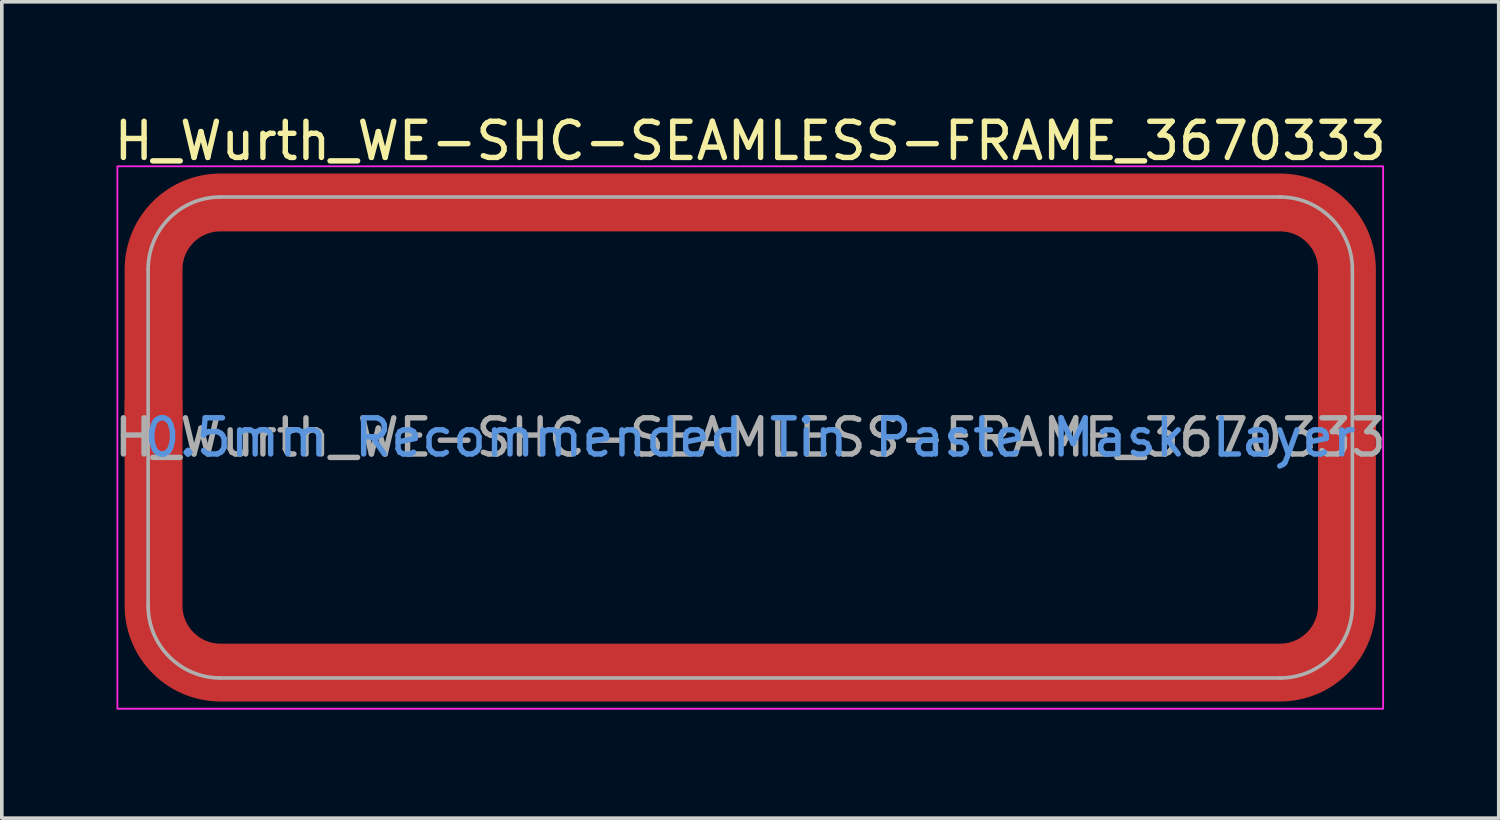
<source format=kicad_pcb>
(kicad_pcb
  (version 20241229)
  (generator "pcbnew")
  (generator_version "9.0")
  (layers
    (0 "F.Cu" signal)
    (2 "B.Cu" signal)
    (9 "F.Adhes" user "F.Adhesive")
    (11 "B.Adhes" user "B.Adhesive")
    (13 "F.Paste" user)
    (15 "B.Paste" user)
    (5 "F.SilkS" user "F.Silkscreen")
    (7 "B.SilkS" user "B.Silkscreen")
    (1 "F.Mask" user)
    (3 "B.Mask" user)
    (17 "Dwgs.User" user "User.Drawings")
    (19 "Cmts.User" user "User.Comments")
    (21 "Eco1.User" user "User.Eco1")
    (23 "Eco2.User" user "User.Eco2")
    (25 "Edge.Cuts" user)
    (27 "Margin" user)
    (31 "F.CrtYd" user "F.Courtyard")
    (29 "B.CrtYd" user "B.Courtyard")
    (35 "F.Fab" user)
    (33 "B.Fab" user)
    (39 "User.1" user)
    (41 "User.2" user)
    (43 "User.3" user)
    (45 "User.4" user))
  (footprint "H_Wurth_WE-SHC-SEAMLESS-FRAME_3670333"
    (layer "F.Cu")
    (at 17.696 9.048)
    (property "Reference" "H_Wurth_WE-SHC-SEAMLESS-FRAME_3670333" (at 0 -8.2 0) (unlocked yes) (layer "F.SilkS") (effects (font (size 1 1) (thickness 0.15))))
    (attr smd)
    (fp_poly (pts (xy -15.75 -0.25) (xy -17.25 -0.25) (xy -17.25 -4.65) (xy -17.246 -4.786) (xy -17.236 -4.922) (xy -17.218 -5.057) (xy -17.193 -5.191) (xy -17.161 -5.323) (xy -17.123 -5.453) (xy -17.077 -5.582) (xy -17.025 -5.708) (xy -16.967 -5.83) (xy -16.902 -5.95) (xy -16.831 -6.066) (xy -16.753 -6.178) (xy -16.671 -6.286) (xy -16.582 -6.39) (xy -16.488 -6.488) (xy -16.39 -6.582) (xy -16.286 -6.671) (xy -16.178 -6.753) (xy -16.066 -6.831) (xy -15.95 -6.902) (xy -15.83 -6.967) (xy -15.708 -7.025) (xy -15.582 -7.077) (xy -15.453 -7.123) (xy -15.323 -7.161) (xy -15.191 -7.193) (xy -15.057 -7.218) (xy -14.922 -7.236) (xy -14.786 -7.246) (xy -14.65 -7.25) (xy 14.65 -7.25) (xy 14.786 -7.246) (xy 14.922 -7.236) (xy 15.057 -7.218) (xy 15.191 -7.193) (xy 15.323 -7.161) (xy 15.453 -7.123) (xy 15.582 -7.077) (xy 15.708 -7.025) (xy 15.83 -6.967) (xy 15.95 -6.902) (xy 16.066 -6.831) (xy 16.178 -6.753) (xy 16.286 -6.671) (xy 16.39 -6.582) (xy 16.488 -6.488) (xy 16.582 -6.39) (xy 16.671 -6.286) (xy 16.753 -6.178) (xy 16.831 -6.066) (xy 16.902 -5.95) (xy 16.967 -5.83) (xy 17.025 -5.708) (xy 17.077 -5.582) (xy 17.123 -5.453) (xy 17.161 -5.323) (xy 17.193 -5.191) (xy 17.218 -5.057) (xy 17.236 -4.922) (xy 17.246 -4.786) (xy 17.25 -4.65) (xy 17.25 -0.25) (xy 15.75 -0.25) (xy 15.75 -4.65) (xy 15.748 -4.708) (xy 15.744 -4.765) (xy 15.736 -4.822) (xy 15.726 -4.879) (xy 15.713 -4.935) (xy 15.696 -4.99) (xy 15.677 -5.044) (xy 15.655 -5.097) (xy 15.63 -5.149) (xy 15.603 -5.2) (xy 15.573 -5.249) (xy 15.54 -5.297) (xy 15.505 -5.342) (xy 15.467 -5.386) (xy 15.428 -5.428) (xy 15.386 -5.467) (xy 15.342 -5.505) (xy 15.297 -5.54) (xy 15.249 -5.573) (xy 15.2 -5.603) (xy 15.149 -5.63) (xy 15.097 -5.655) (xy 15.044 -5.677) (xy 14.99 -5.696) (xy 14.935 -5.713) (xy 14.879 -5.726) (xy 14.822 -5.736) (xy 14.765 -5.744) (xy 14.708 -5.748) (xy 14.65 -5.75) (xy -14.65 -5.75) (xy -14.708 -5.748) (xy -14.765 -5.744) (xy -14.822 -5.736) (xy -14.879 -5.726) (xy -14.935 -5.713) (xy -14.99 -5.696) (xy -15.044 -5.677) (xy -15.097 -5.655) (xy -15.149 -5.63) (xy -15.2 -5.603) (xy -15.249 -5.573) (xy -15.297 -5.54) (xy -15.342 -5.505) (xy -15.386 -5.467) (xy -15.428 -5.428) (xy -15.467 -5.386) (xy -15.505 -5.342) (xy -15.54 -5.297) (xy -15.573 -5.249) (xy -15.603 -5.2) (xy -15.63 -5.149) (xy -15.655 -5.097) (xy -15.677 -5.044) (xy -15.696 -4.99) (xy -15.713 -4.935) (xy -15.726 -4.879) (xy -15.736 -4.822) (xy -15.744 -4.765) (xy -15.748 -4.708) (xy -15.75 -4.65) (xy -15.75 -0.25)) (stroke (width 0.1) (type solid)) (fill yes) (layer "F.Cu"))
    (fp_poly (pts (xy -15.75 -0.25) (xy -17.25 -0.25) (xy -17.25 -4.65) (xy -17.246 -4.786) (xy -17.236 -4.922) (xy -17.218 -5.057) (xy -17.193 -5.191) (xy -17.161 -5.323) (xy -17.123 -5.453) (xy -17.077 -5.582) (xy -17.025 -5.708) (xy -16.967 -5.83) (xy -16.902 -5.95) (xy -16.831 -6.066) (xy -16.753 -6.178) (xy -16.671 -6.286) (xy -16.582 -6.39) (xy -16.488 -6.488) (xy -16.39 -6.582) (xy -16.286 -6.671) (xy -16.178 -6.753) (xy -16.066 -6.831) (xy -15.95 -6.902) (xy -15.83 -6.967) (xy -15.708 -7.025) (xy -15.582 -7.077) (xy -15.453 -7.123) (xy -15.323 -7.161) (xy -15.191 -7.193) (xy -15.057 -7.218) (xy -14.922 -7.236) (xy -14.786 -7.246) (xy -14.65 -7.25) (xy 14.65 -7.25) (xy 14.786 -7.246) (xy 14.922 -7.236) (xy 15.057 -7.218) (xy 15.191 -7.193) (xy 15.323 -7.161) (xy 15.453 -7.123) (xy 15.582 -7.077) (xy 15.708 -7.025) (xy 15.83 -6.967) (xy 15.95 -6.902) (xy 16.066 -6.831) (xy 16.178 -6.753) (xy 16.286 -6.671) (xy 16.39 -6.582) (xy 16.488 -6.488) (xy 16.582 -6.39) (xy 16.671 -6.286) (xy 16.753 -6.178) (xy 16.831 -6.066) (xy 16.902 -5.95) (xy 16.967 -5.83) (xy 17.025 -5.708) (xy 17.077 -5.582) (xy 17.123 -5.453) (xy 17.161 -5.323) (xy 17.193 -5.191) (xy 17.218 -5.057) (xy 17.236 -4.922) (xy 17.246 -4.786) (xy 17.25 -4.65) (xy 17.25 -0.25) (xy 15.75 -0.25) (xy 15.75 -4.65) (xy 15.748 -4.708) (xy 15.744 -4.765) (xy 15.736 -4.822) (xy 15.726 -4.879) (xy 15.713 -4.935) (xy 15.696 -4.99) (xy 15.677 -5.044) (xy 15.655 -5.097) (xy 15.63 -5.149) (xy 15.603 -5.2) (xy 15.573 -5.249) (xy 15.54 -5.297) (xy 15.505 -5.342) (xy 15.467 -5.386) (xy 15.428 -5.428) (xy 15.386 -5.467) (xy 15.342 -5.505) (xy 15.297 -5.54) (xy 15.249 -5.573) (xy 15.2 -5.603) (xy 15.149 -5.63) (xy 15.097 -5.655) (xy 15.044 -5.677) (xy 14.99 -5.696) (xy 14.935 -5.713) (xy 14.879 -5.726) (xy 14.822 -5.736) (xy 14.765 -5.744) (xy 14.708 -5.748) (xy 14.65 -5.75) (xy -14.65 -5.75) (xy -14.708 -5.748) (xy -14.765 -5.744) (xy -14.822 -5.736) (xy -14.879 -5.726) (xy -14.935 -5.713) (xy -14.99 -5.696) (xy -15.044 -5.677) (xy -15.097 -5.655) (xy -15.149 -5.63) (xy -15.2 -5.603) (xy -15.249 -5.573) (xy -15.297 -5.54) (xy -15.342 -5.505) (xy -15.386 -5.467) (xy -15.428 -5.428) (xy -15.467 -5.386) (xy -15.505 -5.342) (xy -15.54 -5.297) (xy -15.573 -5.249) (xy -15.603 -5.2) (xy -15.63 -5.149) (xy -15.655 -5.097) (xy -15.677 -5.044) (xy -15.696 -4.99) (xy -15.713 -4.935) (xy -15.726 -4.879) (xy -15.736 -4.822) (xy -15.744 -4.765) (xy -15.748 -4.708) (xy -15.75 -4.65) (xy -15.75 -0.25)) (stroke (width 0.1) (type solid)) (fill yes) (layer "F.Mask"))
    (fp_poly (pts (xy -15.75 -0.25) (xy -17.25 -0.25) (xy -17.25 -4.65) (xy -17.246 -4.786) (xy -17.236 -4.922) (xy -17.218 -5.057) (xy -17.193 -5.191) (xy -17.161 -5.323) (xy -17.123 -5.453) (xy -17.077 -5.582) (xy -17.025 -5.708) (xy -16.967 -5.83) (xy -16.902 -5.95) (xy -16.831 -6.066) (xy -16.753 -6.178) (xy -16.671 -6.286) (xy -16.582 -6.39) (xy -16.488 -6.488) (xy -16.39 -6.582) (xy -16.286 -6.671) (xy -16.178 -6.753) (xy -16.066 -6.831) (xy -15.95 -6.902) (xy -15.83 -6.967) (xy -15.708 -7.025) (xy -15.582 -7.077) (xy -15.453 -7.123) (xy -15.323 -7.161) (xy -15.191 -7.193) (xy -15.057 -7.218) (xy -14.922 -7.236) (xy -14.786 -7.246) (xy -14.65 -7.25) (xy 14.65 -7.25) (xy 14.786 -7.246) (xy 14.922 -7.236) (xy 15.057 -7.218) (xy 15.191 -7.193) (xy 15.323 -7.161) (xy 15.453 -7.123) (xy 15.582 -7.077) (xy 15.708 -7.025) (xy 15.83 -6.967) (xy 15.95 -6.902) (xy 16.066 -6.831) (xy 16.178 -6.753) (xy 16.286 -6.671) (xy 16.39 -6.582) (xy 16.488 -6.488) (xy 16.582 -6.39) (xy 16.671 -6.286) (xy 16.753 -6.178) (xy 16.831 -6.066) (xy 16.902 -5.95) (xy 16.967 -5.83) (xy 17.025 -5.708) (xy 17.077 -5.582) (xy 17.123 -5.453) (xy 17.161 -5.323) (xy 17.193 -5.191) (xy 17.218 -5.057) (xy 17.236 -4.922) (xy 17.246 -4.786) (xy 17.25 -4.65) (xy 17.25 -0.25) (xy 15.75 -0.25) (xy 15.75 -4.65) (xy 15.748 -4.708) (xy 15.744 -4.765) (xy 15.736 -4.822) (xy 15.726 -4.879) (xy 15.713 -4.935) (xy 15.696 -4.99) (xy 15.677 -5.044) (xy 15.655 -5.097) (xy 15.63 -5.149) (xy 15.603 -5.2) (xy 15.573 -5.249) (xy 15.54 -5.297) (xy 15.505 -5.342) (xy 15.467 -5.386) (xy 15.428 -5.428) (xy 15.386 -5.467) (xy 15.342 -5.505) (xy 15.297 -5.54) (xy 15.249 -5.573) (xy 15.2 -5.603) (xy 15.149 -5.63) (xy 15.097 -5.655) (xy 15.044 -5.677) (xy 14.99 -5.696) (xy 14.935 -5.713) (xy 14.879 -5.726) (xy 14.822 -5.736) (xy 14.765 -5.744) (xy 14.708 -5.748) (xy 14.65 -5.75) (xy -14.65 -5.75) (xy -14.708 -5.748) (xy -14.765 -5.744) (xy -14.822 -5.736) (xy -14.879 -5.726) (xy -14.935 -5.713) (xy -14.99 -5.696) (xy -15.044 -5.677) (xy -15.097 -5.655) (xy -15.149 -5.63) (xy -15.2 -5.603) (xy -15.249 -5.573) (xy -15.297 -5.54) (xy -15.342 -5.505) (xy -15.386 -5.467) (xy -15.428 -5.428) (xy -15.467 -5.386) (xy -15.505 -5.342) (xy -15.54 -5.297) (xy -15.573 -5.249) (xy -15.603 -5.2) (xy -15.63 -5.149) (xy -15.655 -5.097) (xy -15.677 -5.044) (xy -15.696 -4.99) (xy -15.713 -4.935) (xy -15.726 -4.879) (xy -15.736 -4.822) (xy -15.744 -4.765) (xy -15.748 -4.708) (xy -15.75 -4.65) (xy -15.75 -0.25)) (stroke (width 0.1) (type solid)) (fill yes) (layer "F.Paste"))
    (fp_rect (start -17.5 -7.5) (end 17.5 7.5) (stroke (width 0.05) (type solid)) (fill no) (layer "F.CrtYd"))
    (fp_line (start -16.65 4.65) (end -16.65 -4.65) (stroke (width 0.1) (type solid)) (layer "F.Fab"))
    (fp_line (start -14.65 -6.65) (end 14.65 -6.65) (stroke (width 0.1) (type solid)) (layer "F.Fab"))
    (fp_line (start -14.65 6.65) (end 14.65 6.65) (stroke (width 0.1) (type solid)) (layer "F.Fab"))
    (fp_line (start 16.65 4.65) (end 16.65 -4.65) (stroke (width 0.1) (type solid)) (layer "F.Fab"))
    (fp_arc (start -16.65 -4.65) (mid -16.064214 -6.064214) (end -14.65 -6.65) (stroke (width 0.1) (type default)) (layer "F.Fab"))
    (fp_arc (start -14.65 6.65) (mid -16.064214 6.064214) (end -16.65 4.65) (stroke (width 0.1) (type default)) (layer "F.Fab"))
    (fp_arc (start 14.65 -6.65) (mid 16.064214 -6.064214) (end 16.65 -4.65) (stroke (width 0.1) (type default)) (layer "F.Fab"))
    (fp_arc (start 16.65 4.65) (mid 16.064214 6.064214) (end 14.65 6.65) (stroke (width 0.1) (type default)) (layer "F.Fab"))
    (fp_text user "0.5mm Recommended Tin Paste Mask Layer" (at 0 0 0) (unlocked yes) (layer "Cmts.User") (effects (font (size 1 1) (thickness 0.15))))
    (fp_text user "${REFERENCE}" (at 0 0 0) (unlocked yes) (layer "F.Fab") (effects (font (size 1 1) (thickness 0.15))))
    (pad "1" smd custom (at 16.5 0) (size 1.5 9.3) (layers "F.Cu" "F.Mask" "F.Paste") (options (anchor rect)) (primitives (gr_poly (pts (xy -0.75 -1) (xy 0.75 -1) (xy 0.75 4.65) (xy 0.746 4.786) (xy 0.736 4.922) (xy 0.718 5.057) (xy 0.693 5.191) (xy 0.661 5.323) (xy 0.623 5.453) (xy 0.577 5.582) (xy 0.525 5.708) (xy 0.467 5.83) (xy 0.402 5.95) (xy 0.331 6.066) (xy 0.253 6.178) (xy 0.171 6.286) (xy 0.082 6.39) (xy -0.012 6.488) (xy -0.11 6.582) (xy -0.214 6.671) (xy -0.322 6.753) (xy -0.434 6.831) (xy -0.55 6.902) (xy -0.67 6.967) (xy -0.792 7.025) (xy -0.918 7.077) (xy -1.047 7.123) (xy -1.177 7.161) (xy -1.309 7.193) (xy -1.443 7.218) (xy -1.578 7.236) (xy -1.714 7.246) (xy -1.85 7.25) (xy -31.15 7.25) (xy -31.286 7.246) (xy -31.422 7.236) (xy -31.557 7.218) (xy -31.691 7.193) (xy -31.823 7.161) (xy -31.953 7.123) (xy -32.082 7.077) (xy -32.208 7.025) (xy -32.33 6.967) (xy -32.45 6.902) (xy -32.566 6.831) (xy -32.678 6.753) (xy -32.786 6.671) (xy -32.89 6.582) (xy -32.988 6.488) (xy -33.082 6.39) (xy -33.171 6.286) (xy -33.253 6.178) (xy -33.331 6.066) (xy -33.402 5.95) (xy -33.467 5.83) (xy -33.525 5.708) (xy -33.577 5.582) (xy -33.623 5.453) (xy -33.661 5.323) (xy -33.693 5.191) (xy -33.718 5.057) (xy -33.736 4.922) (xy -33.746 4.786) (xy -33.75 4.65) (xy -33.75 -1) (xy -32.25 -1) (xy -32.25 4.65) (xy -32.248 4.708) (xy -32.244 4.765) (xy -32.236 4.822) (xy -32.226 4.879) (xy -32.213 4.935) (xy -32.196 4.99) (xy -32.177 5.044) (xy -32.155 5.097) (xy -32.13 5.149) (xy -32.103 5.2) (xy -32.073 5.249) (xy -32.04 5.297) (xy -32.005 5.342) (xy -31.967 5.386) (xy -31.928 5.428) (xy -31.886 5.467) (xy -31.842 5.505) (xy -31.797 5.54) (xy -31.749 5.573) (xy -31.7 5.603) (xy -31.649 5.63) (xy -31.597 5.655) (xy -31.544 5.677) (xy -31.49 5.696) (xy -31.435 5.713) (xy -31.379 5.726) (xy -31.322 5.736) (xy -31.265 5.744) (xy -31.208 5.748) (xy -31.15 5.75) (xy -1.85 5.75) (xy -1.792 5.748) (xy -1.735 5.744) (xy -1.678 5.736) (xy -1.621 5.726) (xy -1.565 5.713) (xy -1.51 5.696) (xy -1.456 5.677) (xy -1.403 5.655) (xy -1.351 5.63) (xy -1.3 5.603) (xy -1.251 5.573) (xy -1.203 5.54) (xy -1.158 5.505) (xy -1.114 5.467) (xy -1.072 5.428) (xy -1.033 5.386) (xy -0.995 5.342) (xy -0.96 5.297) (xy -0.927 5.249) (xy -0.897 5.2) (xy -0.87 5.149) (xy -0.845 5.097) (xy -0.823 5.044) (xy -0.804 4.99) (xy -0.787 4.935) (xy -0.774 4.879) (xy -0.764 4.822) (xy -0.756 4.765) (xy -0.752 4.708) (xy -0.75 4.65) (xy -0.75 -1)) (width 0.1) (fill yes)))))
  (gr_rect
    (start -3 -3)
    (end 38.393 19.573)
    (stroke (width 0.1) (type default))
    (fill no)
    (layer "Edge.Cuts")))
</source>
